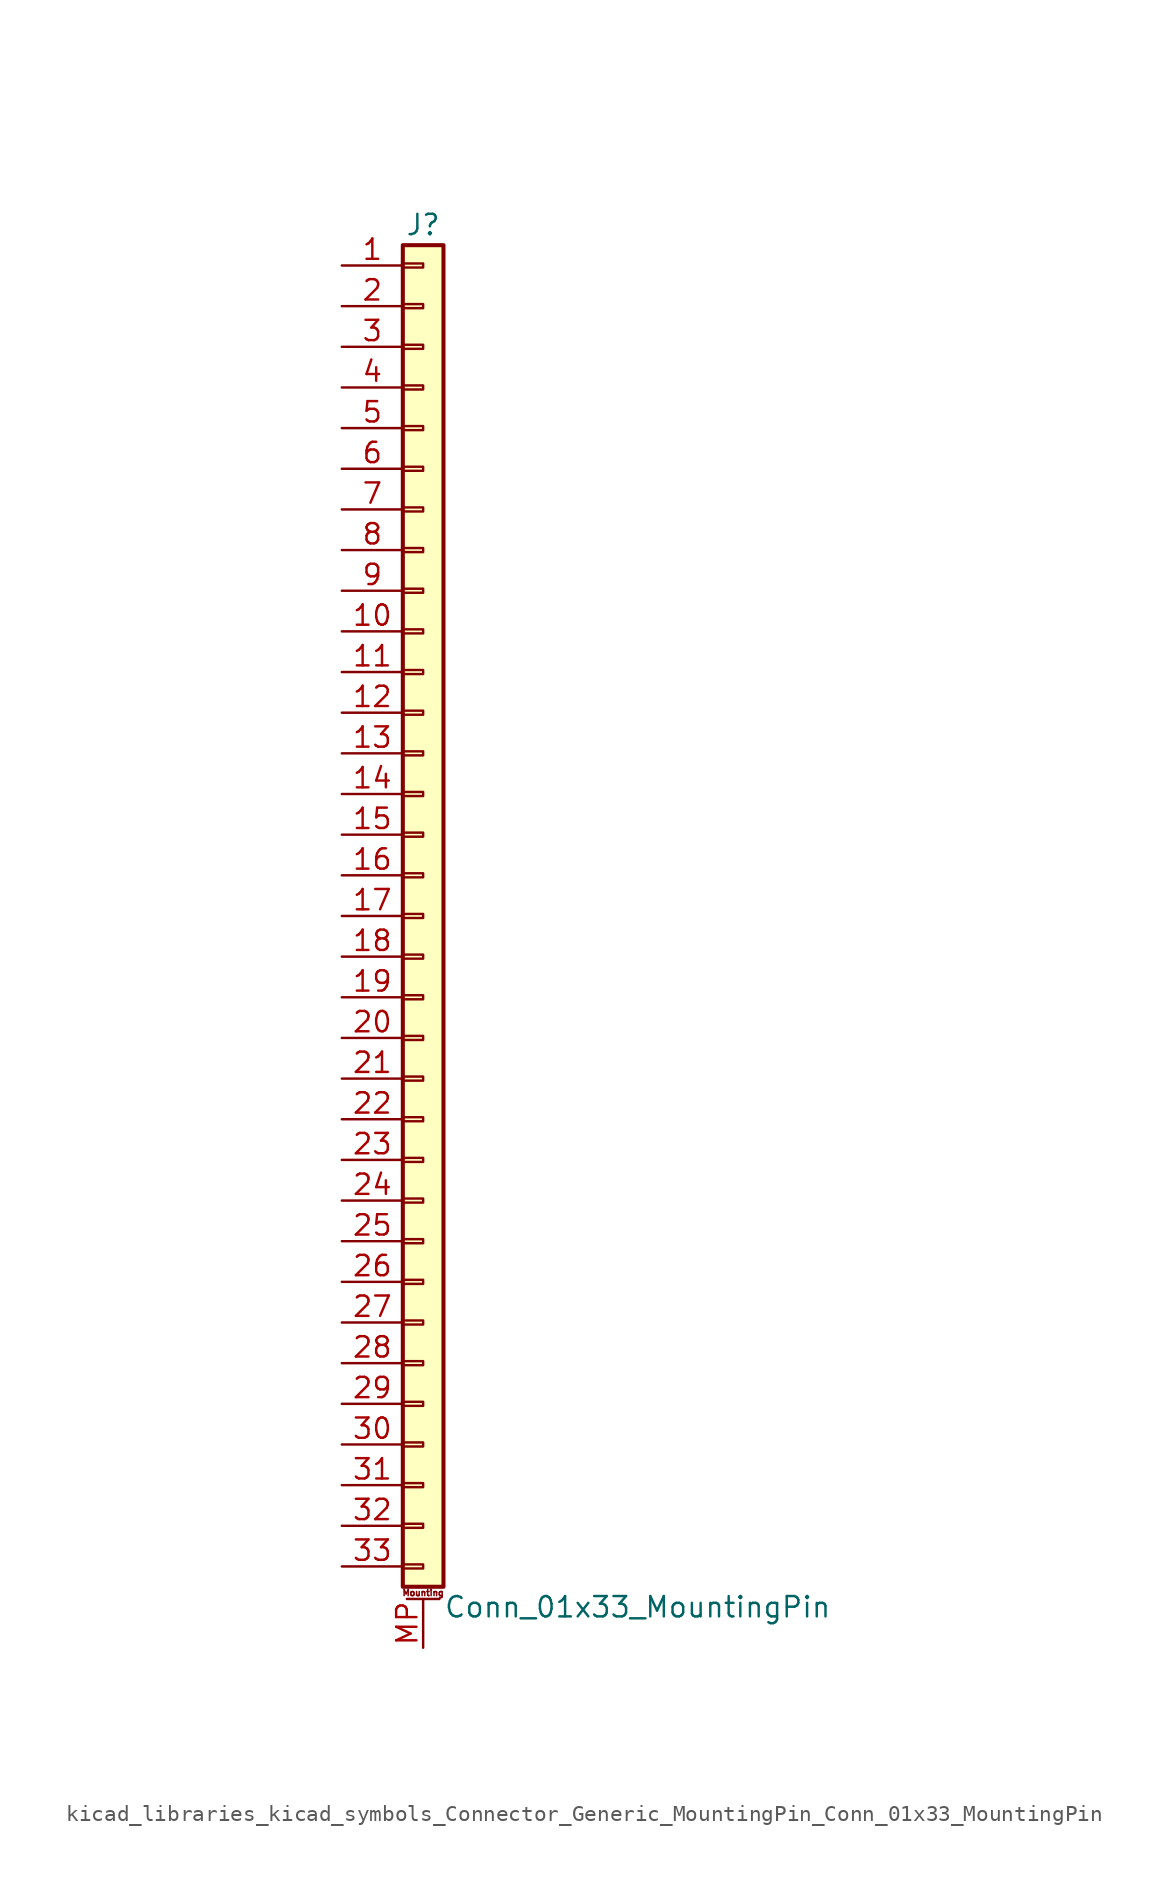
<source format=kicad_sym>
(kicad_symbol_lib
  (version 20220914)
  (generator kicad_symbol_editor)
  (symbol "kicad_libraries_kicad_symbols_Connector_Generic_MountingPin_Conn_01x33_MountingPin"
    (pin_names
      (offset 1.016) hide)
    (property "Reference" "J"
      (at 0 43.18 0)
      (effects (font (size 1.27 1.27))))
    (property "Value" "Conn_01x33_MountingPin"
      (at 1.27 -43.18 0)
      (effects (font (size 1.27 1.27)) (justify left)))
    (symbol "kicad_libraries_kicad_symbols_Connector_Generic_MountingPin_Conn_01x33_MountingPin_1_1"
      (rectangle (start -1.27 -40.513) (end 0 -40.767) (stroke (width 0.152) (type default)) (fill (type none)))
      (rectangle (start -1.27 -37.973) (end 0 -38.227) (stroke (width 0.152) (type default)) (fill (type none)))
      (rectangle (start -1.27 -35.433) (end 0 -35.687) (stroke (width 0.152) (type default)) (fill (type none)))
      (rectangle (start -1.27 -32.893) (end 0 -33.147) (stroke (width 0.152) (type default)) (fill (type none)))
      (rectangle (start -1.27 -30.353) (end 0 -30.607) (stroke (width 0.152) (type default)) (fill (type none)))
      (rectangle (start -1.27 -27.813) (end 0 -28.067) (stroke (width 0.152) (type default)) (fill (type none)))
      (rectangle (start -1.27 -25.273) (end 0 -25.527) (stroke (width 0.152) (type default)) (fill (type none)))
      (rectangle (start -1.27 -22.733) (end 0 -22.987) (stroke (width 0.152) (type default)) (fill (type none)))
      (rectangle (start -1.27 -20.193) (end 0 -20.447) (stroke (width 0.152) (type default)) (fill (type none)))
      (rectangle (start -1.27 -17.653) (end 0 -17.907) (stroke (width 0.152) (type default)) (fill (type none)))
      (rectangle (start -1.27 -15.113) (end 0 -15.367) (stroke (width 0.152) (type default)) (fill (type none)))
      (rectangle (start -1.27 -12.573) (end 0 -12.827) (stroke (width 0.152) (type default)) (fill (type none)))
      (rectangle (start -1.27 -10.033) (end 0 -10.287) (stroke (width 0.152) (type default)) (fill (type none)))
      (rectangle (start -1.27 -7.493) (end 0 -7.747) (stroke (width 0.152) (type default)) (fill (type none)))
      (rectangle (start -1.27 -4.953) (end 0 -5.207) (stroke (width 0.152) (type default)) (fill (type none)))
      (rectangle (start -1.27 -2.413) (end 0 -2.667) (stroke (width 0.152) (type default)) (fill (type none)))
      (rectangle (start -1.27 0.127) (end 0 -0.127) (stroke (width 0.152) (type default)) (fill (type none)))
      (rectangle (start -1.27 2.667) (end 0 2.413) (stroke (width 0.152) (type default)) (fill (type none)))
      (rectangle (start -1.27 5.207) (end 0 4.953) (stroke (width 0.152) (type default)) (fill (type none)))
      (rectangle (start -1.27 7.747) (end 0 7.493) (stroke (width 0.152) (type default)) (fill (type none)))
      (rectangle (start -1.27 10.287) (end 0 10.033) (stroke (width 0.152) (type default)) (fill (type none)))
      (rectangle (start -1.27 12.827) (end 0 12.573) (stroke (width 0.152) (type default)) (fill (type none)))
      (rectangle (start -1.27 15.367) (end 0 15.113) (stroke (width 0.152) (type default)) (fill (type none)))
      (rectangle (start -1.27 17.907) (end 0 17.653) (stroke (width 0.152) (type default)) (fill (type none)))
      (rectangle (start -1.27 20.447) (end 0 20.193) (stroke (width 0.152) (type default)) (fill (type none)))
      (rectangle (start -1.27 22.987) (end 0 22.733) (stroke (width 0.152) (type default)) (fill (type none)))
      (rectangle (start -1.27 25.527) (end 0 25.273) (stroke (width 0.152) (type default)) (fill (type none)))
      (rectangle (start -1.27 28.067) (end 0 27.813) (stroke (width 0.152) (type default)) (fill (type none)))
      (rectangle (start -1.27 30.607) (end 0 30.353) (stroke (width 0.152) (type default)) (fill (type none)))
      (rectangle (start -1.27 33.147) (end 0 32.893) (stroke (width 0.152) (type default)) (fill (type none)))
      (rectangle (start -1.27 35.687) (end 0 35.433) (stroke (width 0.152) (type default)) (fill (type none)))
      (rectangle (start -1.27 38.227) (end 0 37.973) (stroke (width 0.152) (type default)) (fill (type none)))
      (rectangle (start -1.27 40.767) (end 0 40.513) (stroke (width 0.152) (type default)) (fill (type none)))
      (rectangle (start -1.27 41.91) (end 1.27 -41.91) (stroke (width 0.254) (type default)) (fill (type background)))
      (polyline (pts (xy -1.016 -42.672) (xy 1.016 -42.672)) (stroke (width 0.152) (type default)) (fill (type none)))
      (text "Mounting" (at 0 -42.291 0) (effects (font (size 0.381 0.381))))
      (pin passive line (at -5.08 40.64 0) (length 3.81) (name "Pin_1" (effects (font (size 1.27 1.27)))) (number "1" (effects (font (size 1.27 1.27)))))
      (pin passive line (at -5.08 17.78 0) (length 3.81) (name "Pin_10" (effects (font (size 1.27 1.27)))) (number "10" (effects (font (size 1.27 1.27)))))
      (pin passive line (at -5.08 15.24 0) (length 3.81) (name "Pin_11" (effects (font (size 1.27 1.27)))) (number "11" (effects (font (size 1.27 1.27)))))
      (pin passive line (at -5.08 12.7 0) (length 3.81) (name "Pin_12" (effects (font (size 1.27 1.27)))) (number "12" (effects (font (size 1.27 1.27)))))
      (pin passive line (at -5.08 10.16 0) (length 3.81) (name "Pin_13" (effects (font (size 1.27 1.27)))) (number "13" (effects (font (size 1.27 1.27)))))
      (pin passive line (at -5.08 7.62 0) (length 3.81) (name "Pin_14" (effects (font (size 1.27 1.27)))) (number "14" (effects (font (size 1.27 1.27)))))
      (pin passive line (at -5.08 5.08 0) (length 3.81) (name "Pin_15" (effects (font (size 1.27 1.27)))) (number "15" (effects (font (size 1.27 1.27)))))
      (pin passive line (at -5.08 2.54 0) (length 3.81) (name "Pin_16" (effects (font (size 1.27 1.27)))) (number "16" (effects (font (size 1.27 1.27)))))
      (pin passive line (at -5.08 0 0) (length 3.81) (name "Pin_17" (effects (font (size 1.27 1.27)))) (number "17" (effects (font (size 1.27 1.27)))))
      (pin passive line (at -5.08 -2.54 0) (length 3.81) (name "Pin_18" (effects (font (size 1.27 1.27)))) (number "18" (effects (font (size 1.27 1.27)))))
      (pin passive line (at -5.08 -5.08 0) (length 3.81) (name "Pin_19" (effects (font (size 1.27 1.27)))) (number "19" (effects (font (size 1.27 1.27)))))
      (pin passive line (at -5.08 38.1 0) (length 3.81) (name "Pin_2" (effects (font (size 1.27 1.27)))) (number "2" (effects (font (size 1.27 1.27)))))
      (pin passive line (at -5.08 -7.62 0) (length 3.81) (name "Pin_20" (effects (font (size 1.27 1.27)))) (number "20" (effects (font (size 1.27 1.27)))))
      (pin passive line (at -5.08 -10.16 0) (length 3.81) (name "Pin_21" (effects (font (size 1.27 1.27)))) (number "21" (effects (font (size 1.27 1.27)))))
      (pin passive line (at -5.08 -12.7 0) (length 3.81) (name "Pin_22" (effects (font (size 1.27 1.27)))) (number "22" (effects (font (size 1.27 1.27)))))
      (pin passive line (at -5.08 -15.24 0) (length 3.81) (name "Pin_23" (effects (font (size 1.27 1.27)))) (number "23" (effects (font (size 1.27 1.27)))))
      (pin passive line (at -5.08 -17.78 0) (length 3.81) (name "Pin_24" (effects (font (size 1.27 1.27)))) (number "24" (effects (font (size 1.27 1.27)))))
      (pin passive line (at -5.08 -20.32 0) (length 3.81) (name "Pin_25" (effects (font (size 1.27 1.27)))) (number "25" (effects (font (size 1.27 1.27)))))
      (pin passive line (at -5.08 -22.86 0) (length 3.81) (name "Pin_26" (effects (font (size 1.27 1.27)))) (number "26" (effects (font (size 1.27 1.27)))))
      (pin passive line (at -5.08 -25.4 0) (length 3.81) (name "Pin_27" (effects (font (size 1.27 1.27)))) (number "27" (effects (font (size 1.27 1.27)))))
      (pin passive line (at -5.08 -27.94 0) (length 3.81) (name "Pin_28" (effects (font (size 1.27 1.27)))) (number "28" (effects (font (size 1.27 1.27)))))
      (pin passive line (at -5.08 -30.48 0) (length 3.81) (name "Pin_29" (effects (font (size 1.27 1.27)))) (number "29" (effects (font (size 1.27 1.27)))))
      (pin passive line (at -5.08 35.56 0) (length 3.81) (name "Pin_3" (effects (font (size 1.27 1.27)))) (number "3" (effects (font (size 1.27 1.27)))))
      (pin passive line (at -5.08 -33.02 0) (length 3.81) (name "Pin_30" (effects (font (size 1.27 1.27)))) (number "30" (effects (font (size 1.27 1.27)))))
      (pin passive line (at -5.08 -35.56 0) (length 3.81) (name "Pin_31" (effects (font (size 1.27 1.27)))) (number "31" (effects (font (size 1.27 1.27)))))
      (pin passive line (at -5.08 -38.1 0) (length 3.81) (name "Pin_32" (effects (font (size 1.27 1.27)))) (number "32" (effects (font (size 1.27 1.27)))))
      (pin passive line (at -5.08 -40.64 0) (length 3.81) (name "Pin_33" (effects (font (size 1.27 1.27)))) (number "33" (effects (font (size 1.27 1.27)))))
      (pin passive line (at -5.08 33.02 0) (length 3.81) (name "Pin_4" (effects (font (size 1.27 1.27)))) (number "4" (effects (font (size 1.27 1.27)))))
      (pin passive line (at -5.08 30.48 0) (length 3.81) (name "Pin_5" (effects (font (size 1.27 1.27)))) (number "5" (effects (font (size 1.27 1.27)))))
      (pin passive line (at -5.08 27.94 0) (length 3.81) (name "Pin_6" (effects (font (size 1.27 1.27)))) (number "6" (effects (font (size 1.27 1.27)))))
      (pin passive line (at -5.08 25.4 0) (length 3.81) (name "Pin_7" (effects (font (size 1.27 1.27)))) (number "7" (effects (font (size 1.27 1.27)))))
      (pin passive line (at -5.08 22.86 0) (length 3.81) (name "Pin_8" (effects (font (size 1.27 1.27)))) (number "8" (effects (font (size 1.27 1.27)))))
      (pin passive line (at -5.08 20.32 0) (length 3.81) (name "Pin_9" (effects (font (size 1.27 1.27)))) (number "9" (effects (font (size 1.27 1.27)))))
      (pin passive line (at 0 -45.72 90) (length 3.048) (name "MountPin" (effects (font (size 1.27 1.27)))) (number "MP" (effects (font (size 1.27 1.27))))))))
</source>
